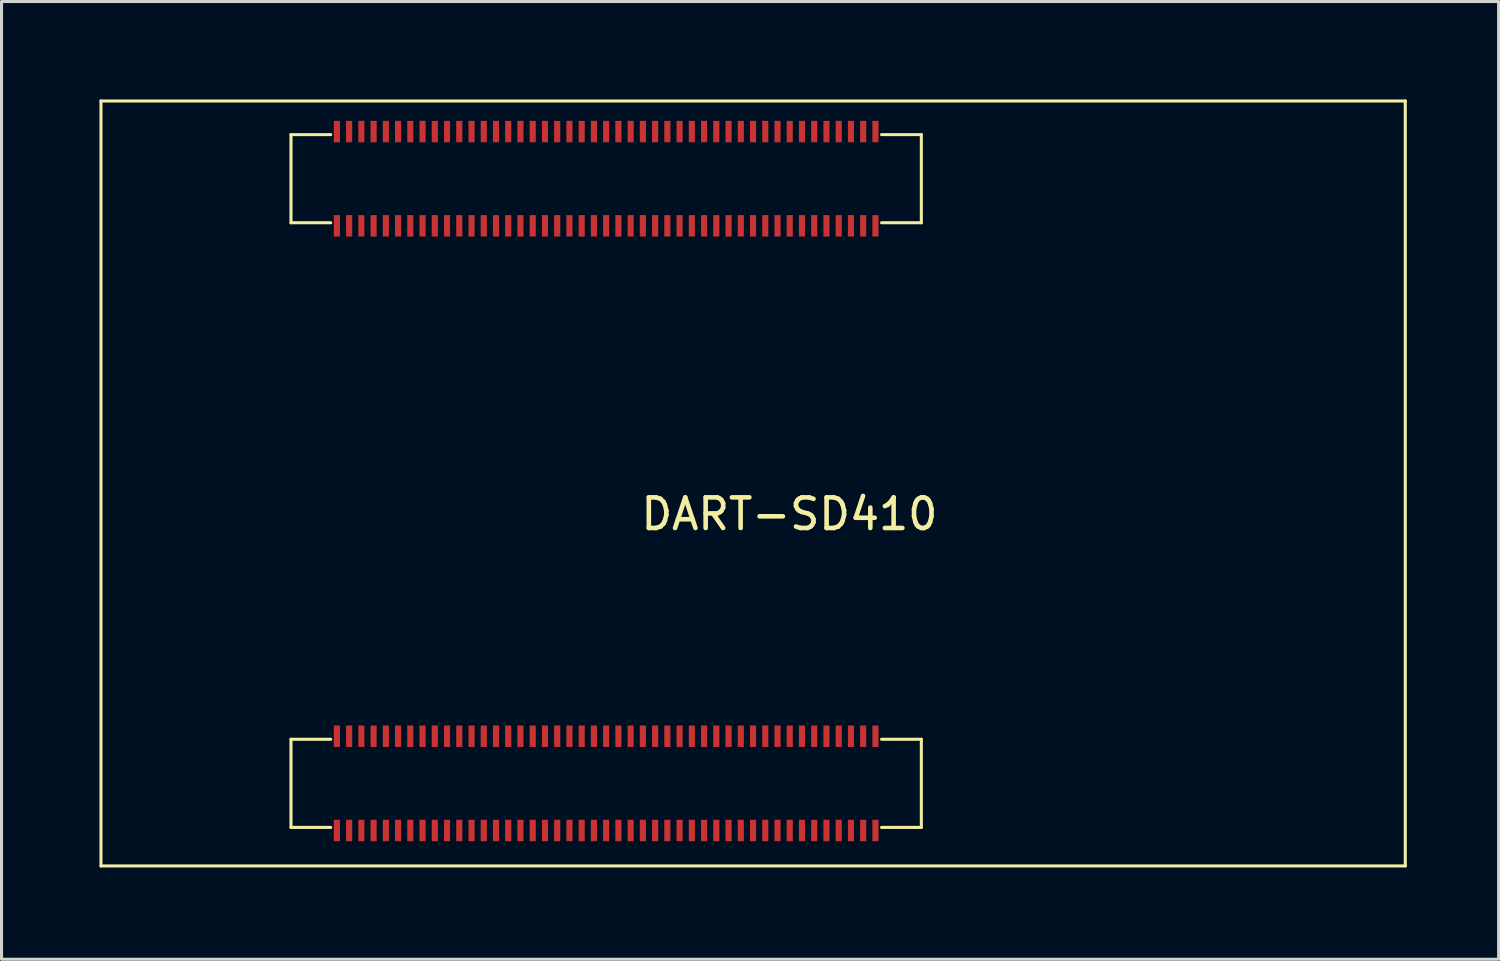
<source format=kicad_pcb>
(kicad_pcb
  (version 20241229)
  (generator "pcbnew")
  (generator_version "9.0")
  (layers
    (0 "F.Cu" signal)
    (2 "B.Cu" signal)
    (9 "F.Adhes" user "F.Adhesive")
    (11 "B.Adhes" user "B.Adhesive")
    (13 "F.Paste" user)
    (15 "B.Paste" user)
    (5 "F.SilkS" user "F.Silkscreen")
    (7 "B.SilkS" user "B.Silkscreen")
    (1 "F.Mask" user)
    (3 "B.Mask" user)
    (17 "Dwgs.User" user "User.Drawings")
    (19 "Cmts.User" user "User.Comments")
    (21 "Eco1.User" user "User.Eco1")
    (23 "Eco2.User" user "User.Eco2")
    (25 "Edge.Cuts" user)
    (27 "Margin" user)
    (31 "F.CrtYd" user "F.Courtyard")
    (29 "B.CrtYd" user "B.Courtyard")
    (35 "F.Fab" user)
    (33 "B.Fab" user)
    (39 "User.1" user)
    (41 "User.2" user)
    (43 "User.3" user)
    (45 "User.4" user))
  (footprint "DART-SD410"
    (layer "F.Cu")
    (at 0.25 0.25)
    (property "Reference" "DART-SD410" (at 22.5 13.5 0) (layer "F.SilkS") (effects (font (size 1 1) (thickness 0.15))))
    (attr through_hole)
    (fp_line (start 0 0) (end 42.626 0) (stroke (width 0.1) (type solid)) (layer "F.SilkS"))
    (fp_line (start 0 25) (end 0 0) (stroke (width 0.1) (type solid)) (layer "F.SilkS"))
    (fp_line (start 6.21 1.1) (end 6.21 3.98) (stroke (width 0.1) (type solid)) (layer "F.SilkS"))
    (fp_line (start 6.21 3.98) (end 7.51 3.98) (stroke (width 0.1) (type solid)) (layer "F.SilkS"))
    (fp_line (start 6.21 20.861) (end 6.21 23.741) (stroke (width 0.1) (type solid)) (layer "F.SilkS"))
    (fp_line (start 6.21 23.741) (end 7.51 23.741) (stroke (width 0.1) (type solid)) (layer "F.SilkS"))
    (fp_line (start 7.51 1.1) (end 6.21 1.1) (stroke (width 0.1) (type solid)) (layer "F.SilkS"))
    (fp_line (start 7.51 20.861) (end 6.21 20.861) (stroke (width 0.1) (type solid)) (layer "F.SilkS"))
    (fp_line (start 25.51 1.1) (end 26.81 1.1) (stroke (width 0.1) (type solid)) (layer "F.SilkS"))
    (fp_line (start 25.51 20.861) (end 26.81 20.861) (stroke (width 0.1) (type solid)) (layer "F.SilkS"))
    (fp_line (start 26.81 1.1) (end 26.81 3.98) (stroke (width 0.1) (type solid)) (layer "F.SilkS"))
    (fp_line (start 26.81 3.98) (end 25.51 3.98) (stroke (width 0.1) (type solid)) (layer "F.SilkS"))
    (fp_line (start 26.81 20.861) (end 26.81 23.741) (stroke (width 0.1) (type solid)) (layer "F.SilkS"))
    (fp_line (start 26.81 23.741) (end 25.51 23.741) (stroke (width 0.1) (type solid)) (layer "F.SilkS"))
    (fp_line (start 42.626 0) (end 42.626 25) (stroke (width 0.1) (type solid)) (layer "F.SilkS"))
    (fp_line (start 42.626 25) (end 0 25) (stroke (width 0.1) (type solid)) (layer "F.SilkS"))
    (pad "1-1" smd rect (at 25.31 20.761) (size 0.2 0.7) (layers "F.Cu" "F.Mask" "F.Paste"))
    (pad "1-2" smd rect (at 25.31 23.841) (size 0.2 0.7) (layers "F.Cu" "F.Mask" "F.Paste"))
    (pad "1-3" smd rect (at 24.91 20.761) (size 0.2 0.7) (layers "F.Cu" "F.Mask" "F.Paste"))
    (pad "1-4" smd rect (at 24.91 23.841) (size 0.2 0.7) (layers "F.Cu" "F.Mask" "F.Paste"))
    (pad "1-5" smd rect (at 24.51 20.761) (size 0.2 0.7) (layers "F.Cu" "F.Mask" "F.Paste"))
    (pad "1-6" smd rect (at 24.51 23.841) (size 0.2 0.7) (layers "F.Cu" "F.Mask" "F.Paste"))
    (pad "1-7" smd rect (at 24.11 20.761) (size 0.2 0.7) (layers "F.Cu" "F.Mask" "F.Paste"))
    (pad "1-8" smd rect (at 24.11 23.841) (size 0.2 0.7) (layers "F.Cu" "F.Mask" "F.Paste"))
    (pad "1-9" smd rect (at 23.71 20.761) (size 0.2 0.7) (layers "F.Cu" "F.Mask" "F.Paste"))
    (pad "1-10" smd rect (at 23.71 23.841) (size 0.2 0.7) (layers "F.Cu" "F.Mask" "F.Paste"))
    (pad "1-11" smd rect (at 23.31 20.761) (size 0.2 0.7) (layers "F.Cu" "F.Mask" "F.Paste"))
    (pad "1-12" smd rect (at 23.31 23.841) (size 0.2 0.7) (layers "F.Cu" "F.Mask" "F.Paste"))
    (pad "1-13" smd rect (at 22.91 20.761) (size 0.2 0.7) (layers "F.Cu" "F.Mask" "F.Paste"))
    (pad "1-14" smd rect (at 22.91 23.841) (size 0.2 0.7) (layers "F.Cu" "F.Mask" "F.Paste"))
    (pad "1-15" smd rect (at 22.51 20.761) (size 0.2 0.7) (layers "F.Cu" "F.Mask" "F.Paste"))
    (pad "1-16" smd rect (at 22.51 23.841) (size 0.2 0.7) (layers "F.Cu" "F.Mask" "F.Paste"))
    (pad "1-17" smd rect (at 22.11 20.761) (size 0.2 0.7) (layers "F.Cu" "F.Mask" "F.Paste"))
    (pad "1-18" smd rect (at 22.11 23.841) (size 0.2 0.7) (layers "F.Cu" "F.Mask" "F.Paste"))
    (pad "1-19" smd rect (at 21.71 20.761) (size 0.2 0.7) (layers "F.Cu" "F.Mask" "F.Paste"))
    (pad "1-20" smd rect (at 21.71 23.841) (size 0.2 0.7) (layers "F.Cu" "F.Mask" "F.Paste"))
    (pad "1-21" smd rect (at 21.31 20.761) (size 0.2 0.7) (layers "F.Cu" "F.Mask" "F.Paste"))
    (pad "1-22" smd rect (at 21.31 23.841) (size 0.2 0.7) (layers "F.Cu" "F.Mask" "F.Paste"))
    (pad "1-23" smd rect (at 20.91 20.761) (size 0.2 0.7) (layers "F.Cu" "F.Mask" "F.Paste"))
    (pad "1-24" smd rect (at 20.91 23.841) (size 0.2 0.7) (layers "F.Cu" "F.Mask" "F.Paste"))
    (pad "1-25" smd rect (at 20.51 20.761) (size 0.2 0.7) (layers "F.Cu" "F.Mask" "F.Paste"))
    (pad "1-26" smd rect (at 20.51 23.841) (size 0.2 0.7) (layers "F.Cu" "F.Mask" "F.Paste"))
    (pad "1-27" smd rect (at 20.11 20.761) (size 0.2 0.7) (layers "F.Cu" "F.Mask" "F.Paste"))
    (pad "1-28" smd rect (at 20.11 23.841) (size 0.2 0.7) (layers "F.Cu" "F.Mask" "F.Paste"))
    (pad "1-29" smd rect (at 19.71 20.761) (size 0.2 0.7) (layers "F.Cu" "F.Mask" "F.Paste"))
    (pad "1-30" smd rect (at 19.71 23.841) (size 0.2 0.7) (layers "F.Cu" "F.Mask" "F.Paste"))
    (pad "1-31" smd rect (at 19.31 20.761) (size 0.2 0.7) (layers "F.Cu" "F.Mask" "F.Paste"))
    (pad "1-32" smd rect (at 19.31 23.841) (size 0.2 0.7) (layers "F.Cu" "F.Mask" "F.Paste"))
    (pad "1-33" smd rect (at 18.91 20.761) (size 0.2 0.7) (layers "F.Cu" "F.Mask" "F.Paste"))
    (pad "1-34" smd rect (at 18.91 23.841) (size 0.2 0.7) (layers "F.Cu" "F.Mask" "F.Paste"))
    (pad "1-35" smd rect (at 18.51 20.761) (size 0.2 0.7) (layers "F.Cu" "F.Mask" "F.Paste"))
    (pad "1-36" smd rect (at 18.51 23.841) (size 0.2 0.7) (layers "F.Cu" "F.Mask" "F.Paste"))
    (pad "1-37" smd rect (at 18.11 20.761) (size 0.2 0.7) (layers "F.Cu" "F.Mask" "F.Paste"))
    (pad "1-38" smd rect (at 18.11 23.841) (size 0.2 0.7) (layers "F.Cu" "F.Mask" "F.Paste"))
    (pad "1-39" smd rect (at 17.71 20.761) (size 0.2 0.7) (layers "F.Cu" "F.Mask" "F.Paste"))
    (pad "1-40" smd rect (at 17.71 23.841) (size 0.2 0.7) (layers "F.Cu" "F.Mask" "F.Paste"))
    (pad "1-41" smd rect (at 17.31 20.761) (size 0.2 0.7) (layers "F.Cu" "F.Mask" "F.Paste"))
    (pad "1-42" smd rect (at 17.31 23.841) (size 0.2 0.7) (layers "F.Cu" "F.Mask" "F.Paste"))
    (pad "1-43" smd rect (at 16.91 20.761) (size 0.2 0.7) (layers "F.Cu" "F.Mask" "F.Paste"))
    (pad "1-44" smd rect (at 16.91 23.841) (size 0.2 0.7) (layers "F.Cu" "F.Mask" "F.Paste"))
    (pad "1-45" smd rect (at 16.51 20.761) (size 0.2 0.7) (layers "F.Cu" "F.Mask" "F.Paste"))
    (pad "1-46" smd rect (at 16.51 23.841) (size 0.2 0.7) (layers "F.Cu" "F.Mask" "F.Paste"))
    (pad "1-47" smd rect (at 16.11 20.761) (size 0.2 0.7) (layers "F.Cu" "F.Mask" "F.Paste"))
    (pad "1-48" smd rect (at 16.11 23.841) (size 0.2 0.7) (layers "F.Cu" "F.Mask" "F.Paste"))
    (pad "1-49" smd rect (at 15.71 20.761) (size 0.2 0.7) (layers "F.Cu" "F.Mask" "F.Paste"))
    (pad "1-50" smd rect (at 15.71 23.841) (size 0.2 0.7) (layers "F.Cu" "F.Mask" "F.Paste"))
    (pad "1-51" smd rect (at 15.31 20.761) (size 0.2 0.7) (layers "F.Cu" "F.Mask" "F.Paste"))
    (pad "1-52" smd rect (at 15.31 23.841) (size 0.2 0.7) (layers "F.Cu" "F.Mask" "F.Paste"))
    (pad "1-53" smd rect (at 14.91 20.761) (size 0.2 0.7) (layers "F.Cu" "F.Mask" "F.Paste"))
    (pad "1-54" smd rect (at 14.91 23.841) (size 0.2 0.7) (layers "F.Cu" "F.Mask" "F.Paste"))
    (pad "1-55" smd rect (at 14.51 20.761) (size 0.2 0.7) (layers "F.Cu" "F.Mask" "F.Paste"))
    (pad "1-56" smd rect (at 14.51 23.841) (size 0.2 0.7) (layers "F.Cu" "F.Mask" "F.Paste"))
    (pad "1-57" smd rect (at 14.11 20.761) (size 0.2 0.7) (layers "F.Cu" "F.Mask" "F.Paste"))
    (pad "1-58" smd rect (at 14.11 23.841) (size 0.2 0.7) (layers "F.Cu" "F.Mask" "F.Paste"))
    (pad "1-59" smd rect (at 13.71 20.761) (size 0.2 0.7) (layers "F.Cu" "F.Mask" "F.Paste"))
    (pad "1-60" smd rect (at 13.71 23.841) (size 0.2 0.7) (layers "F.Cu" "F.Mask" "F.Paste"))
    (pad "1-61" smd rect (at 13.31 20.761) (size 0.2 0.7) (layers "F.Cu" "F.Mask" "F.Paste"))
    (pad "1-62" smd rect (at 13.31 23.841) (size 0.2 0.7) (layers "F.Cu" "F.Mask" "F.Paste"))
    (pad "1-63" smd rect (at 12.91 20.761) (size 0.2 0.7) (layers "F.Cu" "F.Mask" "F.Paste"))
    (pad "1-64" smd rect (at 12.91 23.841) (size 0.2 0.7) (layers "F.Cu" "F.Mask" "F.Paste"))
    (pad "1-65" smd rect (at 12.51 20.761) (size 0.2 0.7) (layers "F.Cu" "F.Mask" "F.Paste"))
    (pad "1-66" smd rect (at 12.51 23.841) (size 0.2 0.7) (layers "F.Cu" "F.Mask" "F.Paste"))
    (pad "1-67" smd rect (at 12.11 20.761) (size 0.2 0.7) (layers "F.Cu" "F.Mask" "F.Paste"))
    (pad "1-68" smd rect (at 12.11 23.841) (size 0.2 0.7) (layers "F.Cu" "F.Mask" "F.Paste"))
    (pad "1-69" smd rect (at 11.71 20.761) (size 0.2 0.7) (layers "F.Cu" "F.Mask" "F.Paste"))
    (pad "1-70" smd rect (at 11.71 23.841) (size 0.2 0.7) (layers "F.Cu" "F.Mask" "F.Paste"))
    (pad "1-71" smd rect (at 11.31 20.761) (size 0.2 0.7) (layers "F.Cu" "F.Mask" "F.Paste"))
    (pad "1-72" smd rect (at 11.31 23.841) (size 0.2 0.7) (layers "F.Cu" "F.Mask" "F.Paste"))
    (pad "1-73" smd rect (at 10.91 20.761) (size 0.2 0.7) (layers "F.Cu" "F.Mask" "F.Paste"))
    (pad "1-74" smd rect (at 10.91 23.841) (size 0.2 0.7) (layers "F.Cu" "F.Mask" "F.Paste"))
    (pad "1-75" smd rect (at 10.51 20.761) (size 0.2 0.7) (layers "F.Cu" "F.Mask" "F.Paste"))
    (pad "1-76" smd rect (at 10.51 23.841) (size 0.2 0.7) (layers "F.Cu" "F.Mask" "F.Paste"))
    (pad "1-77" smd rect (at 10.11 20.761) (size 0.2 0.7) (layers "F.Cu" "F.Mask" "F.Paste"))
    (pad "1-78" smd rect (at 10.11 23.841) (size 0.2 0.7) (layers "F.Cu" "F.Mask" "F.Paste"))
    (pad "1-79" smd rect (at 9.71 20.761) (size 0.2 0.7) (layers "F.Cu" "F.Mask" "F.Paste"))
    (pad "1-80" smd rect (at 9.71 23.841) (size 0.2 0.7) (layers "F.Cu" "F.Mask" "F.Paste"))
    (pad "1-81" smd rect (at 9.31 20.761) (size 0.2 0.7) (layers "F.Cu" "F.Mask" "F.Paste"))
    (pad "1-82" smd rect (at 9.31 23.841) (size 0.2 0.7) (layers "F.Cu" "F.Mask" "F.Paste"))
    (pad "1-83" smd rect (at 8.91 20.761) (size 0.2 0.7) (layers "F.Cu" "F.Mask" "F.Paste"))
    (pad "1-84" smd rect (at 8.91 23.841) (size 0.2 0.7) (layers "F.Cu" "F.Mask" "F.Paste"))
    (pad "1-85" smd rect (at 8.51 20.761) (size 0.2 0.7) (layers "F.Cu" "F.Mask" "F.Paste"))
    (pad "1-86" smd rect (at 8.51 23.841) (size 0.2 0.7) (layers "F.Cu" "F.Mask" "F.Paste"))
    (pad "1-87" smd rect (at 8.11 20.761) (size 0.2 0.7) (layers "F.Cu" "F.Mask" "F.Paste"))
    (pad "1-88" smd rect (at 8.11 23.841) (size 0.2 0.7) (layers "F.Cu" "F.Mask" "F.Paste"))
    (pad "1-89" smd rect (at 7.71 20.761) (size 0.2 0.7) (layers "F.Cu" "F.Mask" "F.Paste"))
    (pad "1-90" smd rect (at 7.71 23.841) (size 0.2 0.7) (layers "F.Cu" "F.Mask" "F.Paste"))
    (pad "2-1" smd rect (at 25.31 1) (size 0.2 0.7) (layers "F.Cu" "F.Mask" "F.Paste"))
    (pad "2-2" smd rect (at 25.31 4.08) (size 0.2 0.7) (layers "F.Cu" "F.Mask" "F.Paste"))
    (pad "2-3" smd rect (at 24.91 1) (size 0.2 0.7) (layers "F.Cu" "F.Mask" "F.Paste"))
    (pad "2-4" smd rect (at 24.91 4.08) (size 0.2 0.7) (layers "F.Cu" "F.Mask" "F.Paste"))
    (pad "2-5" smd rect (at 24.51 1) (size 0.2 0.7) (layers "F.Cu" "F.Mask" "F.Paste"))
    (pad "2-6" smd rect (at 24.51 4.08) (size 0.2 0.7) (layers "F.Cu" "F.Mask" "F.Paste"))
    (pad "2-7" smd rect (at 24.11 1) (size 0.2 0.7) (layers "F.Cu" "F.Mask" "F.Paste"))
    (pad "2-8" smd rect (at 24.11 4.08) (size 0.2 0.7) (layers "F.Cu" "F.Mask" "F.Paste"))
    (pad "2-9" smd rect (at 23.71 1) (size 0.2 0.7) (layers "F.Cu" "F.Mask" "F.Paste"))
    (pad "2-10" smd rect (at 23.71 4.08) (size 0.2 0.7) (layers "F.Cu" "F.Mask" "F.Paste"))
    (pad "2-11" smd rect (at 23.31 1) (size 0.2 0.7) (layers "F.Cu" "F.Mask" "F.Paste"))
    (pad "2-12" smd rect (at 23.31 4.08) (size 0.2 0.7) (layers "F.Cu" "F.Mask" "F.Paste"))
    (pad "2-13" smd rect (at 22.91 1) (size 0.2 0.7) (layers "F.Cu" "F.Mask" "F.Paste"))
    (pad "2-14" smd rect (at 22.91 4.08) (size 0.2 0.7) (layers "F.Cu" "F.Mask" "F.Paste"))
    (pad "2-15" smd rect (at 22.51 1) (size 0.2 0.7) (layers "F.Cu" "F.Mask" "F.Paste"))
    (pad "2-16" smd rect (at 22.51 4.08) (size 0.2 0.7) (layers "F.Cu" "F.Mask" "F.Paste"))
    (pad "2-17" smd rect (at 22.11 1) (size 0.2 0.7) (layers "F.Cu" "F.Mask" "F.Paste"))
    (pad "2-18" smd rect (at 22.11 4.08) (size 0.2 0.7) (layers "F.Cu" "F.Mask" "F.Paste"))
    (pad "2-19" smd rect (at 21.71 1) (size 0.2 0.7) (layers "F.Cu" "F.Mask" "F.Paste"))
    (pad "2-20" smd rect (at 21.71 4.08) (size 0.2 0.7) (layers "F.Cu" "F.Mask" "F.Paste"))
    (pad "2-21" smd rect (at 21.31 1) (size 0.2 0.7) (layers "F.Cu" "F.Mask" "F.Paste"))
    (pad "2-22" smd rect (at 21.31 4.08) (size 0.2 0.7) (layers "F.Cu" "F.Mask" "F.Paste"))
    (pad "2-23" smd rect (at 20.91 1) (size 0.2 0.7) (layers "F.Cu" "F.Mask" "F.Paste"))
    (pad "2-24" smd rect (at 20.91 4.08) (size 0.2 0.7) (layers "F.Cu" "F.Mask" "F.Paste"))
    (pad "2-25" smd rect (at 20.51 1) (size 0.2 0.7) (layers "F.Cu" "F.Mask" "F.Paste"))
    (pad "2-26" smd rect (at 20.51 4.08) (size 0.2 0.7) (layers "F.Cu" "F.Mask" "F.Paste"))
    (pad "2-27" smd rect (at 20.11 1) (size 0.2 0.7) (layers "F.Cu" "F.Mask" "F.Paste"))
    (pad "2-28" smd rect (at 20.11 4.08) (size 0.2 0.7) (layers "F.Cu" "F.Mask" "F.Paste"))
    (pad "2-29" smd rect (at 19.71 1) (size 0.2 0.7) (layers "F.Cu" "F.Mask" "F.Paste"))
    (pad "2-30" smd rect (at 19.71 4.08) (size 0.2 0.7) (layers "F.Cu" "F.Mask" "F.Paste"))
    (pad "2-31" smd rect (at 19.31 1) (size 0.2 0.7) (layers "F.Cu" "F.Mask" "F.Paste"))
    (pad "2-32" smd rect (at 19.31 4.08) (size 0.2 0.7) (layers "F.Cu" "F.Mask" "F.Paste"))
    (pad "2-33" smd rect (at 18.91 1) (size 0.2 0.7) (layers "F.Cu" "F.Mask" "F.Paste"))
    (pad "2-34" smd rect (at 18.91 4.08) (size 0.2 0.7) (layers "F.Cu" "F.Mask" "F.Paste"))
    (pad "2-35" smd rect (at 18.51 1) (size 0.2 0.7) (layers "F.Cu" "F.Mask" "F.Paste"))
    (pad "2-36" smd rect (at 18.51 4.08) (size 0.2 0.7) (layers "F.Cu" "F.Mask" "F.Paste"))
    (pad "2-37" smd rect (at 18.11 1) (size 0.2 0.7) (layers "F.Cu" "F.Mask" "F.Paste"))
    (pad "2-38" smd rect (at 18.11 4.08) (size 0.2 0.7) (layers "F.Cu" "F.Mask" "F.Paste"))
    (pad "2-39" smd rect (at 17.71 1) (size 0.2 0.7) (layers "F.Cu" "F.Mask" "F.Paste"))
    (pad "2-40" smd rect (at 17.71 4.08) (size 0.2 0.7) (layers "F.Cu" "F.Mask" "F.Paste"))
    (pad "2-41" smd rect (at 17.31 1) (size 0.2 0.7) (layers "F.Cu" "F.Mask" "F.Paste"))
    (pad "2-42" smd rect (at 17.31 4.08) (size 0.2 0.7) (layers "F.Cu" "F.Mask" "F.Paste"))
    (pad "2-43" smd rect (at 16.91 1) (size 0.2 0.7) (layers "F.Cu" "F.Mask" "F.Paste"))
    (pad "2-44" smd rect (at 16.91 4.08) (size 0.2 0.7) (layers "F.Cu" "F.Mask" "F.Paste"))
    (pad "2-45" smd rect (at 16.51 1) (size 0.2 0.7) (layers "F.Cu" "F.Mask" "F.Paste"))
    (pad "2-46" smd rect (at 16.51 4.08) (size 0.2 0.7) (layers "F.Cu" "F.Mask" "F.Paste"))
    (pad "2-47" smd rect (at 16.11 1) (size 0.2 0.7) (layers "F.Cu" "F.Mask" "F.Paste"))
    (pad "2-48" smd rect (at 16.11 4.08) (size 0.2 0.7) (layers "F.Cu" "F.Mask" "F.Paste"))
    (pad "2-49" smd rect (at 15.71 1) (size 0.2 0.7) (layers "F.Cu" "F.Mask" "F.Paste"))
    (pad "2-50" smd rect (at 15.71 4.08) (size 0.2 0.7) (layers "F.Cu" "F.Mask" "F.Paste"))
    (pad "2-51" smd rect (at 15.31 1) (size 0.2 0.7) (layers "F.Cu" "F.Mask" "F.Paste"))
    (pad "2-52" smd rect (at 15.31 4.08) (size 0.2 0.7) (layers "F.Cu" "F.Mask" "F.Paste"))
    (pad "2-53" smd rect (at 14.91 1) (size 0.2 0.7) (layers "F.Cu" "F.Mask" "F.Paste"))
    (pad "2-54" smd rect (at 14.91 4.08) (size 0.2 0.7) (layers "F.Cu" "F.Mask" "F.Paste"))
    (pad "2-55" smd rect (at 14.51 1) (size 0.2 0.7) (layers "F.Cu" "F.Mask" "F.Paste"))
    (pad "2-56" smd rect (at 14.51 4.08) (size 0.2 0.7) (layers "F.Cu" "F.Mask" "F.Paste"))
    (pad "2-57" smd rect (at 14.11 1) (size 0.2 0.7) (layers "F.Cu" "F.Mask" "F.Paste"))
    (pad "2-58" smd rect (at 14.11 4.08) (size 0.2 0.7) (layers "F.Cu" "F.Mask" "F.Paste"))
    (pad "2-59" smd rect (at 13.71 1) (size 0.2 0.7) (layers "F.Cu" "F.Mask" "F.Paste"))
    (pad "2-60" smd rect (at 13.71 4.08) (size 0.2 0.7) (layers "F.Cu" "F.Mask" "F.Paste"))
    (pad "2-61" smd rect (at 13.31 1) (size 0.2 0.7) (layers "F.Cu" "F.Mask" "F.Paste"))
    (pad "2-62" smd rect (at 13.31 4.08) (size 0.2 0.7) (layers "F.Cu" "F.Mask" "F.Paste"))
    (pad "2-63" smd rect (at 12.91 1) (size 0.2 0.7) (layers "F.Cu" "F.Mask" "F.Paste"))
    (pad "2-64" smd rect (at 12.91 4.08) (size 0.2 0.7) (layers "F.Cu" "F.Mask" "F.Paste"))
    (pad "2-65" smd rect (at 12.51 1) (size 0.2 0.7) (layers "F.Cu" "F.Mask" "F.Paste"))
    (pad "2-66" smd rect (at 12.51 4.08) (size 0.2 0.7) (layers "F.Cu" "F.Mask" "F.Paste"))
    (pad "2-67" smd rect (at 12.11 1) (size 0.2 0.7) (layers "F.Cu" "F.Mask" "F.Paste"))
    (pad "2-68" smd rect (at 12.11 4.08) (size 0.2 0.7) (layers "F.Cu" "F.Mask" "F.Paste"))
    (pad "2-69" smd rect (at 11.71 1) (size 0.2 0.7) (layers "F.Cu" "F.Mask" "F.Paste"))
    (pad "2-70" smd rect (at 11.71 4.08) (size 0.2 0.7) (layers "F.Cu" "F.Mask" "F.Paste"))
    (pad "2-71" smd rect (at 11.31 1) (size 0.2 0.7) (layers "F.Cu" "F.Mask" "F.Paste"))
    (pad "2-72" smd rect (at 11.31 4.08) (size 0.2 0.7) (layers "F.Cu" "F.Mask" "F.Paste"))
    (pad "2-73" smd rect (at 10.91 1) (size 0.2 0.7) (layers "F.Cu" "F.Mask" "F.Paste"))
    (pad "2-74" smd rect (at 10.91 4.08) (size 0.2 0.7) (layers "F.Cu" "F.Mask" "F.Paste"))
    (pad "2-75" smd rect (at 10.51 1) (size 0.2 0.7) (layers "F.Cu" "F.Mask" "F.Paste"))
    (pad "2-76" smd rect (at 10.51 4.08) (size 0.2 0.7) (layers "F.Cu" "F.Mask" "F.Paste"))
    (pad "2-77" smd rect (at 10.11 1) (size 0.2 0.7) (layers "F.Cu" "F.Mask" "F.Paste"))
    (pad "2-78" smd rect (at 10.11 4.08) (size 0.2 0.7) (layers "F.Cu" "F.Mask" "F.Paste"))
    (pad "2-79" smd rect (at 9.71 1) (size 0.2 0.7) (layers "F.Cu" "F.Mask" "F.Paste"))
    (pad "2-80" smd rect (at 9.71 4.08) (size 0.2 0.7) (layers "F.Cu" "F.Mask" "F.Paste"))
    (pad "2-81" smd rect (at 9.31 1) (size 0.2 0.7) (layers "F.Cu" "F.Mask" "F.Paste"))
    (pad "2-82" smd rect (at 9.31 4.08) (size 0.2 0.7) (layers "F.Cu" "F.Mask" "F.Paste"))
    (pad "2-83" smd rect (at 8.91 1) (size 0.2 0.7) (layers "F.Cu" "F.Mask" "F.Paste"))
    (pad "2-84" smd rect (at 8.91 4.08) (size 0.2 0.7) (layers "F.Cu" "F.Mask" "F.Paste"))
    (pad "2-85" smd rect (at 8.51 1) (size 0.2 0.7) (layers "F.Cu" "F.Mask" "F.Paste"))
    (pad "2-86" smd rect (at 8.51 4.08) (size 0.2 0.7) (layers "F.Cu" "F.Mask" "F.Paste"))
    (pad "2-87" smd rect (at 8.11 1) (size 0.2 0.7) (layers "F.Cu" "F.Mask" "F.Paste"))
    (pad "2-88" smd rect (at 8.11 4.08) (size 0.2 0.7) (layers "F.Cu" "F.Mask" "F.Paste"))
    (pad "2-89" smd rect (at 7.71 1) (size 0.2 0.7) (layers "F.Cu" "F.Mask" "F.Paste"))
    (pad "2-90" smd rect (at 7.71 4.08) (size 0.2 0.7) (layers "F.Cu" "F.Mask" "F.Paste")))
  (gr_rect
    (start -3 -3)
    (end 45.926 28.3)
    (stroke (width 0.1) (type default))
    (fill no)
    (layer "Edge.Cuts")))
</source>
